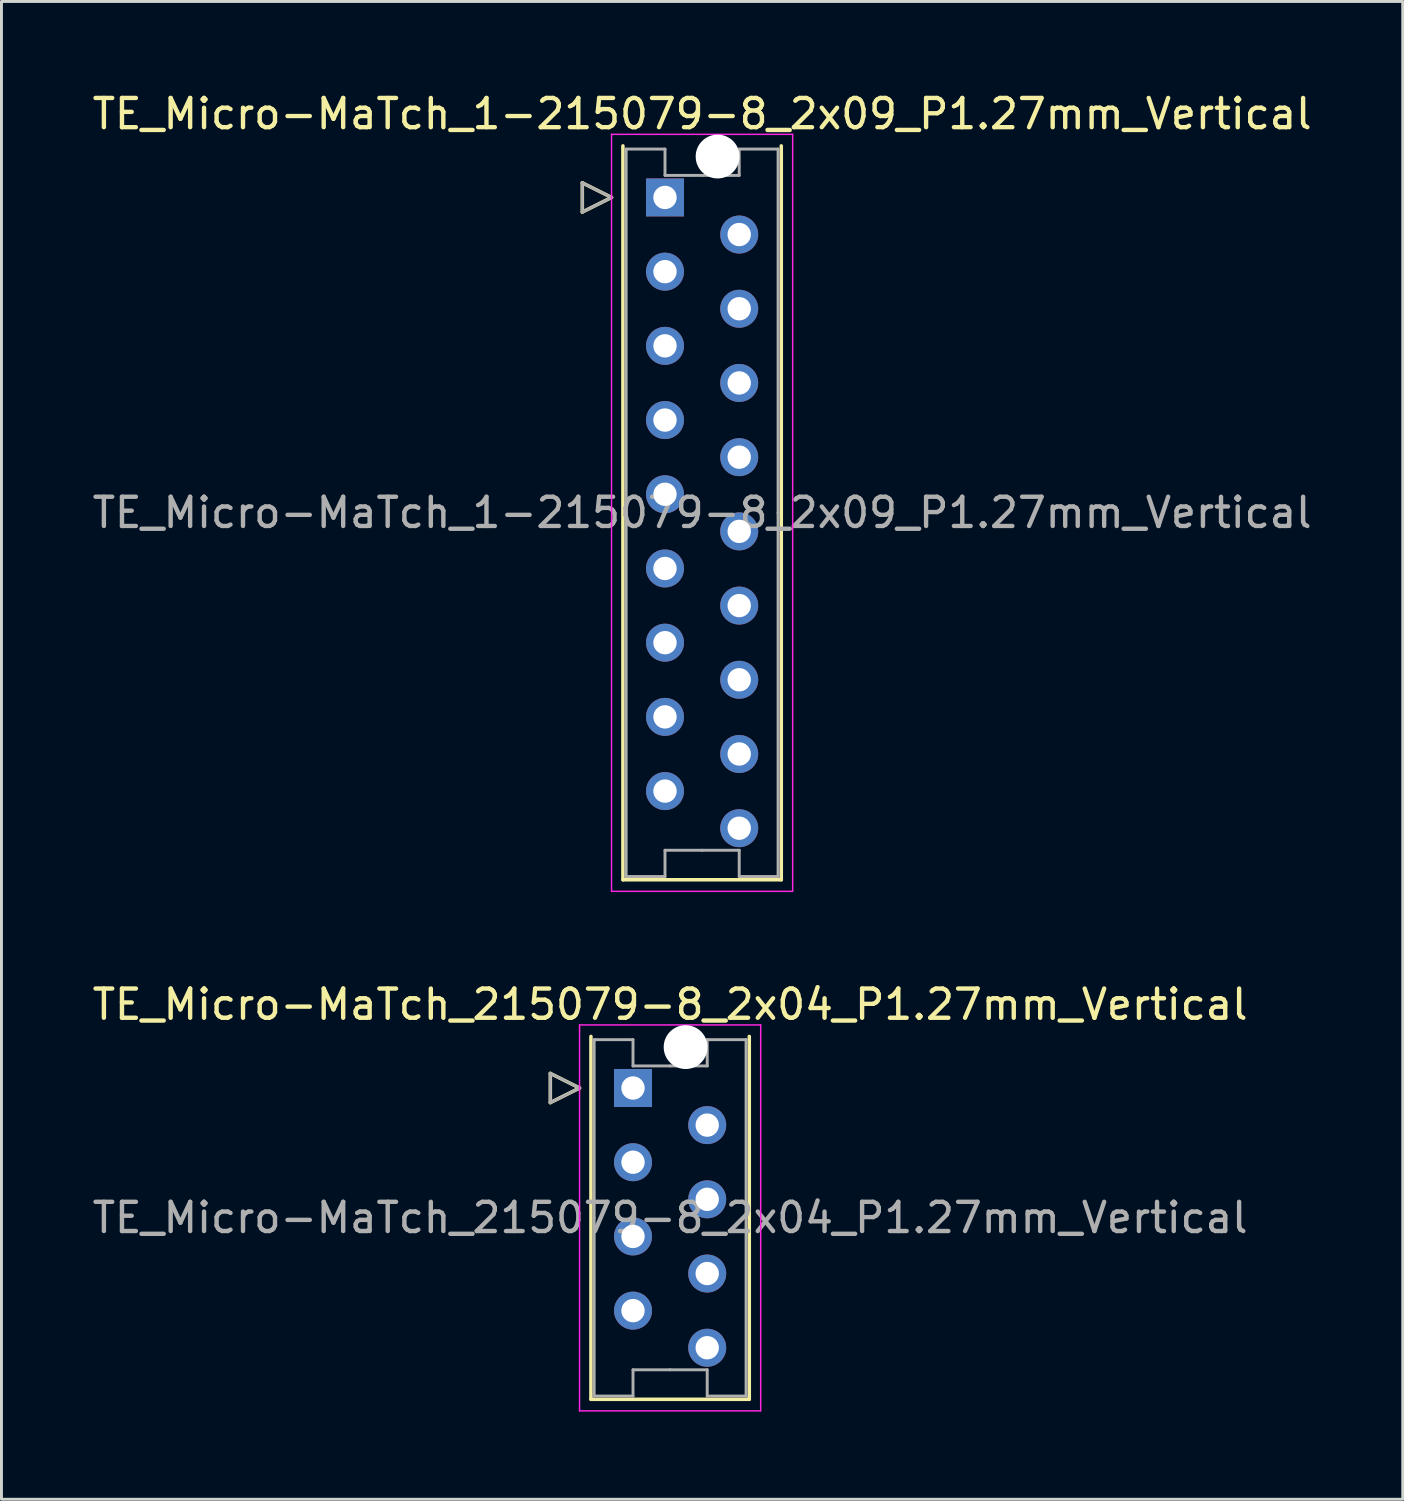
<source format=kicad_pcb>
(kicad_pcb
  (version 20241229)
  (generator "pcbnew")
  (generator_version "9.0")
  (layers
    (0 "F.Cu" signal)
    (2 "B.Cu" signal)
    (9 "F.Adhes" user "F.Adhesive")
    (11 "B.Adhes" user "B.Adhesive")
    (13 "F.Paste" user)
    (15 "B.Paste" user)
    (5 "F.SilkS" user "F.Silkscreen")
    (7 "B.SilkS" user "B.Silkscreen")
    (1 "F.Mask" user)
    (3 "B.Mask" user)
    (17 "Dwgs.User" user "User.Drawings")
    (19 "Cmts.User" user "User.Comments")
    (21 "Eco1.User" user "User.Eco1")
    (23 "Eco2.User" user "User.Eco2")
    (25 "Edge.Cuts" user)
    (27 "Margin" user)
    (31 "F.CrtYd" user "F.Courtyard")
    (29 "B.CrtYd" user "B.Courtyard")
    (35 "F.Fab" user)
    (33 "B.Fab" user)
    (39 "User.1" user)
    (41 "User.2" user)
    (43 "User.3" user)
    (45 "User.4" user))
  (footprint "TE_Micro-MaTch_1-215079-8_2x09_P1.27mm_Vertical"
    (layer "F.Cu")
    (at 19.712 3.708)
    (property "Reference" "TE_Micro-MaTch_1-215079-8_2x09_P1.27mm_Vertical" (at 1.27 -2.86 0) (layer "F.SilkS") (effects (font (size 1 1) (thickness 0.15))))
    (attr through_hole)
    (fp_line (start -2.83 -0.5) (end -1.83 0) (stroke (width 0.12) (type solid)) (layer "F.SilkS"))
    (fp_line (start -2.83 0.5) (end -2.83 -0.5) (stroke (width 0.12) (type solid)) (layer "F.SilkS"))
    (fp_line (start -1.83 0) (end -2.83 0.5) (stroke (width 0.12) (type solid)) (layer "F.SilkS"))
    (fp_line (start -1.44 -1.765) (end -1.44 23.355) (stroke (width 0.12) (type solid)) (layer "F.SilkS"))
    (fp_line (start -1.44 23.355) (end 3.98 23.355) (stroke (width 0.12) (type solid)) (layer "F.SilkS"))
    (fp_line (start 3.98 23.355) (end 3.98 -1.765) (stroke (width 0.12) (type solid)) (layer "F.SilkS"))
    (fp_line (start -1.83 -2.16) (end -1.83 23.75) (stroke (width 0.05) (type solid)) (layer "F.CrtYd"))
    (fp_line (start -1.83 23.75) (end 4.37 23.75) (stroke (width 0.05) (type solid)) (layer "F.CrtYd"))
    (fp_line (start 4.37 -2.16) (end -1.83 -2.16) (stroke (width 0.05) (type solid)) (layer "F.CrtYd"))
    (fp_line (start 4.37 23.75) (end 4.37 -2.16) (stroke (width 0.05) (type solid)) (layer "F.CrtYd"))
    (fp_line (start -2.83 -0.5) (end -1.83 0) (stroke (width 0.1) (type solid)) (layer "F.Fab"))
    (fp_line (start -2.83 0.5) (end -2.83 -0.5) (stroke (width 0.1) (type solid)) (layer "F.Fab"))
    (fp_line (start -1.83 0) (end -2.83 0.5) (stroke (width 0.1) (type solid)) (layer "F.Fab"))
    (fp_line (start -1.33 -1.655) (end -1.33 10.795) (stroke (width 0.1) (type solid)) (layer "F.Fab"))
    (fp_line (start -1.33 23.245) (end -1.33 10.795) (stroke (width 0.1) (type solid)) (layer "F.Fab"))
    (fp_line (start 0 -1.655) (end -1.33 -1.655) (stroke (width 0.1) (type solid)) (layer "F.Fab"))
    (fp_line (start 0 -0.755) (end 0 -1.655) (stroke (width 0.1) (type solid)) (layer "F.Fab"))
    (fp_line (start 0 22.345) (end 0 23.245) (stroke (width 0.1) (type solid)) (layer "F.Fab"))
    (fp_line (start 0 23.245) (end -1.33 23.245) (stroke (width 0.1) (type solid)) (layer "F.Fab"))
    (fp_line (start 1.27 -0.755) (end 0 -0.755) (stroke (width 0.1) (type solid)) (layer "F.Fab"))
    (fp_line (start 1.27 -0.755) (end 2.54 -0.755) (stroke (width 0.1) (type solid)) (layer "F.Fab"))
    (fp_line (start 1.27 22.345) (end 0 22.345) (stroke (width 0.1) (type solid)) (layer "F.Fab"))
    (fp_line (start 1.27 22.345) (end 2.54 22.345) (stroke (width 0.1) (type solid)) (layer "F.Fab"))
    (fp_line (start 2.54 -1.655) (end 3.87 -1.655) (stroke (width 0.1) (type solid)) (layer "F.Fab"))
    (fp_line (start 2.54 -0.755) (end 2.54 -1.655) (stroke (width 0.1) (type solid)) (layer "F.Fab"))
    (fp_line (start 2.54 22.345) (end 2.54 23.245) (stroke (width 0.1) (type solid)) (layer "F.Fab"))
    (fp_line (start 2.54 23.245) (end 3.87 23.245) (stroke (width 0.1) (type solid)) (layer "F.Fab"))
    (fp_line (start 3.87 -1.655) (end 3.87 10.795) (stroke (width 0.1) (type solid)) (layer "F.Fab"))
    (fp_line (start 3.87 23.245) (end 3.87 10.795) (stroke (width 0.1) (type solid)) (layer "F.Fab"))
    (fp_text user "${REFERENCE}" (at 1.27 10.79 0) (layer "F.Fab") (effects (font (size 1 1) (thickness 0.15))))
    (pad "" np_thru_hole circle (at 1.8 -1.4) (size 1.5 1.5) (drill 1.5) (layers "*.Cu" "*.Mask"))
    (pad "1" thru_hole rect (at 0 0) (size 1.3 1.3) (drill 0.8) (layers "*.Cu" "*.Mask"))
    (pad "2" thru_hole circle (at 2.54 1.27) (size 1.3 1.3) (drill 0.8) (layers "*.Cu" "*.Mask"))
    (pad "3" thru_hole circle (at 0 2.54) (size 1.3 1.3) (drill 0.8) (layers "*.Cu" "*.Mask"))
    (pad "4" thru_hole circle (at 2.54 3.81) (size 1.3 1.3) (drill 0.8) (layers "*.Cu" "*.Mask"))
    (pad "5" thru_hole circle (at 0 5.08) (size 1.3 1.3) (drill 0.8) (layers "*.Cu" "*.Mask"))
    (pad "6" thru_hole circle (at 2.54 6.35) (size 1.3 1.3) (drill 0.8) (layers "*.Cu" "*.Mask"))
    (pad "7" thru_hole circle (at 0 7.62) (size 1.3 1.3) (drill 0.8) (layers "*.Cu" "*.Mask"))
    (pad "8" thru_hole circle (at 2.54 8.89) (size 1.3 1.3) (drill 0.8) (layers "*.Cu" "*.Mask"))
    (pad "9" thru_hole circle (at 0 10.16) (size 1.3 1.3) (drill 0.8) (layers "*.Cu" "*.Mask"))
    (pad "10" thru_hole circle (at 2.54 11.43) (size 1.3 1.3) (drill 0.8) (layers "*.Cu" "*.Mask"))
    (pad "11" thru_hole circle (at 0 12.7) (size 1.3 1.3) (drill 0.8) (layers "*.Cu" "*.Mask"))
    (pad "12" thru_hole circle (at 2.54 13.97) (size 1.3 1.3) (drill 0.8) (layers "*.Cu" "*.Mask"))
    (pad "13" thru_hole circle (at 0 15.24) (size 1.3 1.3) (drill 0.8) (layers "*.Cu" "*.Mask"))
    (pad "14" thru_hole circle (at 2.54 16.51) (size 1.3 1.3) (drill 0.8) (layers "*.Cu" "*.Mask"))
    (pad "15" thru_hole circle (at 0 17.78) (size 1.3 1.3) (drill 0.8) (layers "*.Cu" "*.Mask"))
    (pad "16" thru_hole circle (at 2.54 19.05) (size 1.3 1.3) (drill 0.8) (layers "*.Cu" "*.Mask"))
    (pad "17" thru_hole circle (at 0 20.32) (size 1.3 1.3) (drill 0.8) (layers "*.Cu" "*.Mask"))
    (pad "18" thru_hole circle (at 2.54 21.59) (size 1.3 1.3) (drill 0.8) (layers "*.Cu" "*.Mask")))
  (footprint "TE_Micro-MaTch_215079-8_2x04_P1.27mm_Vertical"
    (layer "F.Cu")
    (at 18.617 34.191)
    (property "Reference" "TE_Micro-MaTch_215079-8_2x04_P1.27mm_Vertical" (at 1.27 -2.86 0) (layer "F.SilkS") (effects (font (size 1 1) (thickness 0.15))))
    (attr through_hole)
    (fp_line (start -2.83 -0.5) (end -1.83 0) (stroke (width 0.12) (type solid)) (layer "F.SilkS"))
    (fp_line (start -2.83 0.5) (end -2.83 -0.5) (stroke (width 0.12) (type solid)) (layer "F.SilkS"))
    (fp_line (start -1.83 0) (end -2.83 0.5) (stroke (width 0.12) (type solid)) (layer "F.SilkS"))
    (fp_line (start -1.44 -1.765) (end -1.44 10.655) (stroke (width 0.12) (type solid)) (layer "F.SilkS"))
    (fp_line (start -1.44 10.655) (end 3.98 10.655) (stroke (width 0.12) (type solid)) (layer "F.SilkS"))
    (fp_line (start 3.98 10.655) (end 3.98 -1.765) (stroke (width 0.12) (type solid)) (layer "F.SilkS"))
    (fp_line (start -1.83 -2.16) (end -1.83 11.05) (stroke (width 0.05) (type solid)) (layer "F.CrtYd"))
    (fp_line (start -1.83 11.05) (end 4.37 11.05) (stroke (width 0.05) (type solid)) (layer "F.CrtYd"))
    (fp_line (start 4.37 -2.16) (end -1.83 -2.16) (stroke (width 0.05) (type solid)) (layer "F.CrtYd"))
    (fp_line (start 4.37 11.05) (end 4.37 -2.16) (stroke (width 0.05) (type solid)) (layer "F.CrtYd"))
    (fp_line (start -2.83 -0.5) (end -1.83 0) (stroke (width 0.1) (type solid)) (layer "F.Fab"))
    (fp_line (start -2.83 0.5) (end -2.83 -0.5) (stroke (width 0.1) (type solid)) (layer "F.Fab"))
    (fp_line (start -1.83 0) (end -2.83 0.5) (stroke (width 0.1) (type solid)) (layer "F.Fab"))
    (fp_line (start -1.33 -1.655) (end -1.33 4.445) (stroke (width 0.1) (type solid)) (layer "F.Fab"))
    (fp_line (start -1.33 10.545) (end -1.33 4.445) (stroke (width 0.1) (type solid)) (layer "F.Fab"))
    (fp_line (start 0 -1.655) (end -1.33 -1.655) (stroke (width 0.1) (type solid)) (layer "F.Fab"))
    (fp_line (start 0 -0.755) (end 0 -1.655) (stroke (width 0.1) (type solid)) (layer "F.Fab"))
    (fp_line (start 0 9.645) (end 0 10.545) (stroke (width 0.1) (type solid)) (layer "F.Fab"))
    (fp_line (start 0 10.545) (end -1.33 10.545) (stroke (width 0.1) (type solid)) (layer "F.Fab"))
    (fp_line (start 1.27 -0.755) (end 0 -0.755) (stroke (width 0.1) (type solid)) (layer "F.Fab"))
    (fp_line (start 1.27 -0.755) (end 2.54 -0.755) (stroke (width 0.1) (type solid)) (layer "F.Fab"))
    (fp_line (start 1.27 9.645) (end 0 9.645) (stroke (width 0.1) (type solid)) (layer "F.Fab"))
    (fp_line (start 1.27 9.645) (end 2.54 9.645) (stroke (width 0.1) (type solid)) (layer "F.Fab"))
    (fp_line (start 2.54 -1.655) (end 3.87 -1.655) (stroke (width 0.1) (type solid)) (layer "F.Fab"))
    (fp_line (start 2.54 -0.755) (end 2.54 -1.655) (stroke (width 0.1) (type solid)) (layer "F.Fab"))
    (fp_line (start 2.54 9.645) (end 2.54 10.545) (stroke (width 0.1) (type solid)) (layer "F.Fab"))
    (fp_line (start 2.54 10.545) (end 3.87 10.545) (stroke (width 0.1) (type solid)) (layer "F.Fab"))
    (fp_line (start 3.87 -1.655) (end 3.87 4.445) (stroke (width 0.1) (type solid)) (layer "F.Fab"))
    (fp_line (start 3.87 10.545) (end 3.87 4.445) (stroke (width 0.1) (type solid)) (layer "F.Fab"))
    (fp_text user "${REFERENCE}" (at 1.27 4.44 0) (layer "F.Fab") (effects (font (size 1 1) (thickness 0.15))))
    (pad "" np_thru_hole circle (at 1.8 -1.4) (size 1.5 1.5) (drill 1.5) (layers "*.Cu" "*.Mask"))
    (pad "1" thru_hole rect (at 0 0) (size 1.3 1.3) (drill 0.8) (layers "*.Cu" "*.Mask"))
    (pad "2" thru_hole circle (at 2.54 1.27) (size 1.3 1.3) (drill 0.8) (layers "*.Cu" "*.Mask"))
    (pad "3" thru_hole circle (at 0 2.54) (size 1.3 1.3) (drill 0.8) (layers "*.Cu" "*.Mask"))
    (pad "4" thru_hole circle (at 2.54 3.81) (size 1.3 1.3) (drill 0.8) (layers "*.Cu" "*.Mask"))
    (pad "5" thru_hole circle (at 0 5.08) (size 1.3 1.3) (drill 0.8) (layers "*.Cu" "*.Mask"))
    (pad "6" thru_hole circle (at 2.54 6.35) (size 1.3 1.3) (drill 0.8) (layers "*.Cu" "*.Mask"))
    (pad "7" thru_hole circle (at 0 7.62) (size 1.3 1.3) (drill 0.8) (layers "*.Cu" "*.Mask"))
    (pad "8" thru_hole circle (at 2.54 8.89) (size 1.3 1.3) (drill 0.8) (layers "*.Cu" "*.Mask")))
  (gr_rect
    (start -3 -3)
    (end 44.964 48.267)
    (stroke (width 0.1) (type default))
    (fill no)
    (layer "Edge.Cuts")))
</source>
